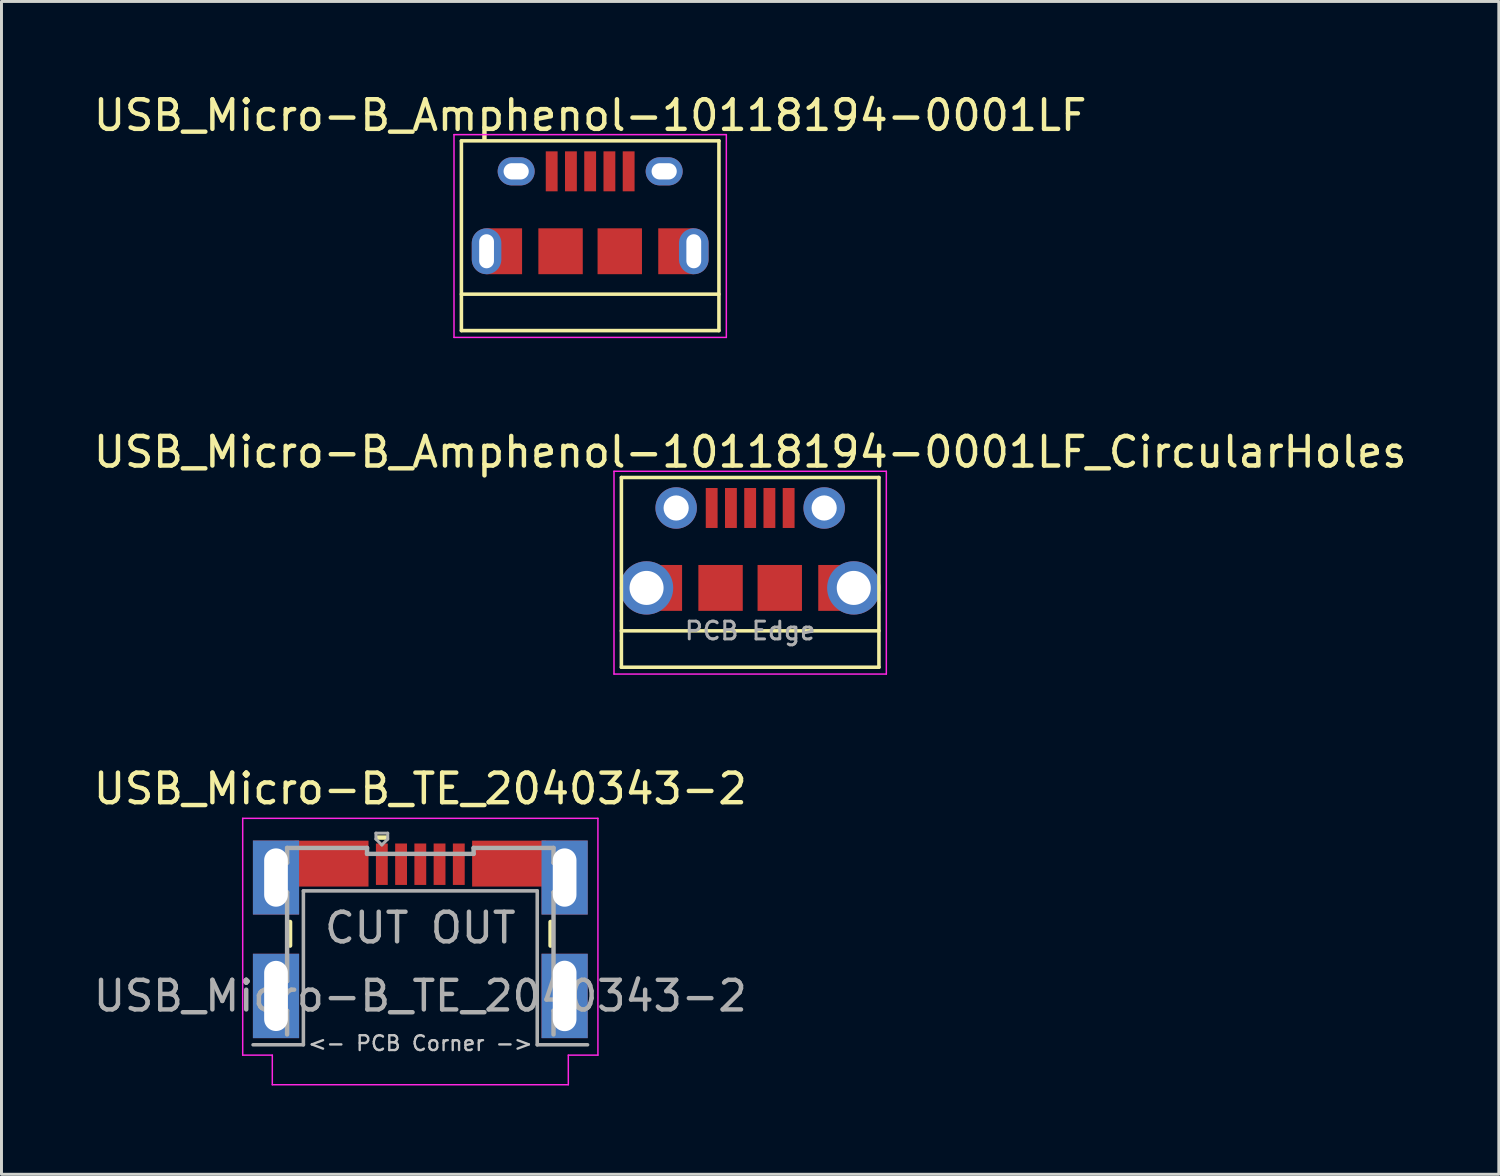
<source format=kicad_pcb>
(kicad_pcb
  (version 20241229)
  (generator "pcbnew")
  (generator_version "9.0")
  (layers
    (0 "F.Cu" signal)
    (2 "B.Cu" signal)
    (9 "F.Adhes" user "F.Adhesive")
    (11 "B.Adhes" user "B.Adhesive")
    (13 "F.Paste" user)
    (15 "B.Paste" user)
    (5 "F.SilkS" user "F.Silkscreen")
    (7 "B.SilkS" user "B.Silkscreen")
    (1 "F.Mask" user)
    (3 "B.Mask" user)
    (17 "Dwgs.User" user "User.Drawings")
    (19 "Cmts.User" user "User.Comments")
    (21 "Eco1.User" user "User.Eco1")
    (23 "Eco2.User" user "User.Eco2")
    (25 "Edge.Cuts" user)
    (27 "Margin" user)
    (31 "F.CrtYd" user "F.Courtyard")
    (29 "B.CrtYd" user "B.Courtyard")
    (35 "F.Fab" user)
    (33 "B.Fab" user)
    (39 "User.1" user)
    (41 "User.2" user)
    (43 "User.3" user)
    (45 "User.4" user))
  (footprint "USB_Micro-B_TE_2040343-2"
    (layer "F.Cu")
    (at 11.149 30.595)
    (property "Reference" "USB_Micro-B_TE_2040343-2" (at 0 -7 0) (layer "F.SilkS") (effects (font (size 1 1) (thickness 0.15))))
    (attr smd)
    (fp_line (start -4.4 -2.5) (end -4.4 -1.7) (stroke (width 0.15) (type solid)) (layer "F.SilkS"))
    (fp_line (start -1.15 -5.35) (end -1.45 -5.35) (stroke (width 0.15) (type solid)) (layer "F.SilkS"))
    (fp_line (start 4.4 -2.5) (end 4.4 -1.7) (stroke (width 0.15) (type solid)) (layer "F.SilkS"))
    (fp_line (start -6 -6) (end 6 -6) (stroke (width 0.05) (type solid)) (layer "F.CrtYd"))
    (fp_line (start -6 2) (end -6 -6) (stroke (width 0.05) (type solid)) (layer "F.CrtYd"))
    (fp_line (start -5 2) (end -6 2) (stroke (width 0.05) (type solid)) (layer "F.CrtYd"))
    (fp_line (start -5 3) (end -5 2) (stroke (width 0.05) (type solid)) (layer "F.CrtYd"))
    (fp_line (start 5 2) (end 6 2) (stroke (width 0.05) (type solid)) (layer "F.CrtYd"))
    (fp_line (start 5 3) (end -5 3) (stroke (width 0.05) (type solid)) (layer "F.CrtYd"))
    (fp_line (start 5 3) (end 5 2) (stroke (width 0.05) (type solid)) (layer "F.CrtYd"))
    (fp_line (start 6 -6) (end 6 2) (stroke (width 0.05) (type solid)) (layer "F.CrtYd"))
    (fp_line (start -5 -4.5) (end -4.5 -4.5) (stroke (width 0.15) (type solid)) (layer "F.Fab"))
    (fp_line (start -5 -3.5) (end -5 -4.5) (stroke (width 0.15) (type solid)) (layer "F.Fab"))
    (fp_line (start -5 -3.5) (end -4.5 -3.5) (stroke (width 0.15) (type solid)) (layer "F.Fab"))
    (fp_line (start -5 -0.5) (end -5 0.5) (stroke (width 0.15) (type solid)) (layer "F.Fab"))
    (fp_line (start -5 0.5) (end -4.5 0.5) (stroke (width 0.15) (type solid)) (layer "F.Fab"))
    (fp_line (start -4.5 -5) (end -1.8 -5) (stroke (width 0.15) (type solid)) (layer "F.Fab"))
    (fp_line (start -4.5 -4.5) (end -4.5 -5) (stroke (width 0.15) (type solid)) (layer "F.Fab"))
    (fp_line (start -4.5 -3.5) (end -4.5 -0.5) (stroke (width 0.15) (type solid)) (layer "F.Fab"))
    (fp_line (start -4.5 -0.5) (end -5 -0.5) (stroke (width 0.15) (type solid)) (layer "F.Fab"))
    (fp_line (start -4.5 0.5) (end -4.5 1.3) (stroke (width 0.15) (type solid)) (layer "F.Fab"))
    (fp_line (start -3.95 -3.55) (end 3.95 -3.55) (stroke (width 0.12) (type solid)) (layer "F.Fab"))
    (fp_line (start -3.95 1.65) (end -5.65 1.65) (stroke (width 0.12) (type solid)) (layer "F.Fab"))
    (fp_line (start -3.95 1.65) (end -3.95 -3.55) (stroke (width 0.12) (type solid)) (layer "F.Fab"))
    (fp_line (start -1.8 -5) (end -1.8 -4.8) (stroke (width 0.15) (type solid)) (layer "F.Fab"))
    (fp_line (start -1.8 -4.8) (end 1.8 -4.8) (stroke (width 0.15) (type solid)) (layer "F.Fab"))
    (fp_line (start -1.5 -5.5) (end -1.5 -5.3) (stroke (width 0.1) (type solid)) (layer "F.Fab"))
    (fp_line (start -1.5 -5.3) (end -1.3 -5.1) (stroke (width 0.1) (type solid)) (layer "F.Fab"))
    (fp_line (start -1.3 -5.1) (end -1.1 -5.3) (stroke (width 0.1) (type solid)) (layer "F.Fab"))
    (fp_line (start -1.1 -5.5) (end -1.5 -5.5) (stroke (width 0.1) (type solid)) (layer "F.Fab"))
    (fp_line (start -1.1 -5.3) (end -1.1 -5.5) (stroke (width 0.1) (type solid)) (layer "F.Fab"))
    (fp_line (start 1.8 -5) (end 4.5 -5) (stroke (width 0.15) (type solid)) (layer "F.Fab"))
    (fp_line (start 1.8 -4.8) (end 1.8 -5) (stroke (width 0.15) (type solid)) (layer "F.Fab"))
    (fp_line (start 3.95 1.65) (end 3.95 -3.55) (stroke (width 0.12) (type solid)) (layer "F.Fab"))
    (fp_line (start 3.95 1.65) (end 5.65 1.65) (stroke (width 0.12) (type solid)) (layer "F.Fab"))
    (fp_line (start 4.5 -5) (end 4.5 -4.5) (stroke (width 0.15) (type solid)) (layer "F.Fab"))
    (fp_line (start 4.5 -4.5) (end 5 -4.5) (stroke (width 0.15) (type solid)) (layer "F.Fab"))
    (fp_line (start 4.5 -3.5) (end 4.5 -0.5) (stroke (width 0.15) (type solid)) (layer "F.Fab"))
    (fp_line (start 4.5 -0.5) (end 5 -0.5) (stroke (width 0.15) (type solid)) (layer "F.Fab"))
    (fp_line (start 4.5 0.5) (end 4.5 1.3) (stroke (width 0.15) (type solid)) (layer "F.Fab"))
    (fp_line (start 5 -4.5) (end 5 -3.5) (stroke (width 0.15) (type solid)) (layer "F.Fab"))
    (fp_line (start 5 -3.5) (end 4.5 -3.5) (stroke (width 0.15) (type solid)) (layer "F.Fab"))
    (fp_line (start 5 -0.5) (end 5 0.5) (stroke (width 0.15) (type solid)) (layer "F.Fab"))
    (fp_line (start 5 0.5) (end 4.5 0.5) (stroke (width 0.15) (type solid)) (layer "F.Fab"))
    (fp_text user "<- PCB Corner ->" (at 0 1.6 0) (layer "Dwgs.User") (effects (font (size 0.5 0.5) (thickness 0.08))))
    (fp_text user "CUT OUT" (at 0 -2.3 0) (layer "F.Fab") (effects (font (size 1 1) (thickness 0.15))))
    (fp_text user "${REFERENCE}" (at 0 0 0) (layer "F.Fab") (effects (font (size 1 1) (thickness 0.15))))
    (pad "1" smd rect (at -1.3 -4.45 90) (size 1.4 0.4) (layers "F.Cu" "F.Mask" "F.Paste"))
    (pad "2" smd rect (at -0.65 -4.45 90) (size 1.4 0.4) (layers "F.Cu" "F.Mask" "F.Paste"))
    (pad "3" smd rect (at 0 -4.45 90) (size 1.4 0.4) (layers "F.Cu" "F.Mask" "F.Paste"))
    (pad "4" smd rect (at 0.65 -4.45 90) (size 1.4 0.4) (layers "F.Cu" "F.Mask" "F.Paste"))
    (pad "5" smd rect (at 1.3 -4.45 90) (size 1.4 0.4) (layers "F.Cu" "F.Mask" "F.Paste"))
    (pad "6" thru_hole rect (at -4.875 -4 90) (size 2.5 1.56) (drill oval 1.97 0.8) (layers "*.Cu" "*.Mask"))
    (pad "6" thru_hole rect (at -4.875 0 90) (size 2.85 1.56) (drill oval 2.37 0.8) (layers "*.Cu" "*.Mask"))
    (pad "6" smd rect (at -3 -4.47 90) (size 1.55 2.5) (layers "F.Cu" "F.Mask" "F.Paste"))
    (pad "6" smd rect (at 3 -4.47 90) (size 1.55 2.5) (layers "F.Cu" "F.Mask" "F.Paste"))
    (pad "6" thru_hole rect (at 4.875 -4 90) (size 2.5 1.56) (drill oval 1.97 0.8) (layers "*.Cu" "*.Mask"))
    (pad "6" thru_hole rect (at 4.875 0 90) (size 2.85 1.56) (drill oval 2.38 0.8) (layers "*.Cu" "*.Mask")))
  (footprint "USB_Micro-B_Amphenol-10118194-0001LF_CircularHoles"
    (layer "F.Cu")
    (at 22.292 15.461)
    (property "Reference" "USB_Micro-B_Amphenol-10118194-0001LF_CircularHoles" (at 0 -3.24 0) (layer "F.SilkS") (effects (font (size 1 1) (thickness 0.15))))
    (attr smd)
    (fp_line (start -4.35 -2.38) (end 4.35 -2.38) (stroke (width 0.12) (type solid)) (layer "F.SilkS"))
    (fp_line (start -4.35 4.03) (end -4.35 -2.38) (stroke (width 0.12) (type solid)) (layer "F.SilkS"))
    (fp_line (start -4.35 4.03) (end 4.35 4.03) (stroke (width 0.12) (type solid)) (layer "F.SilkS"))
    (fp_line (start 4.35 -2.38) (end 4.35 4.03) (stroke (width 0.12) (type solid)) (layer "F.SilkS"))
    (fp_line (start 4.35 2.8) (end -4.35 2.8) (stroke (width 0.12) (type solid)) (layer "F.SilkS"))
    (fp_line (start -4.6 -2.59) (end 4.6 -2.59) (stroke (width 0.05) (type solid)) (layer "F.CrtYd"))
    (fp_line (start -4.6 4.26) (end -4.6 -2.59) (stroke (width 0.05) (type solid)) (layer "F.CrtYd"))
    (fp_line (start 4.6 -2.59) (end 4.6 4.26) (stroke (width 0.05) (type solid)) (layer "F.CrtYd"))
    (fp_line (start 4.6 4.26) (end -4.6 4.26) (stroke (width 0.05) (type solid)) (layer "F.CrtYd"))
    (fp_line (start -3.6 0.95) (end -3.6 1.75) (stroke (width 0.1) (type solid)) (layer "F.Fab"))
    (fp_line (start -3.6 1.75) (end -3.4 1.75) (stroke (width 0.1) (type solid)) (layer "F.Fab"))
    (fp_line (start -3.4 0.95) (end -3.6 0.95) (stroke (width 0.1) (type solid)) (layer "F.Fab"))
    (fp_line (start -3.4 1.75) (end -3.4 0.95) (stroke (width 0.1) (type solid)) (layer "F.Fab"))
    (fp_line (start -2.75 -1.45) (end -2.75 -1.25) (stroke (width 0.1) (type solid)) (layer "F.Fab"))
    (fp_line (start -2.75 -1.25) (end -2.25 -1.25) (stroke (width 0.1) (type solid)) (layer "F.Fab"))
    (fp_line (start -2.25 -1.45) (end -2.75 -1.45) (stroke (width 0.1) (type solid)) (layer "F.Fab"))
    (fp_line (start -2.25 -1.25) (end -2.25 -1.45) (stroke (width 0.1) (type solid)) (layer "F.Fab"))
    (fp_line (start 2.25 -1.45) (end 2.75 -1.45) (stroke (width 0.1) (type solid)) (layer "F.Fab"))
    (fp_line (start 2.25 -1.25) (end 2.25 -1.45) (stroke (width 0.1) (type solid)) (layer "F.Fab"))
    (fp_line (start 2.75 -1.45) (end 2.75 -1.25) (stroke (width 0.1) (type solid)) (layer "F.Fab"))
    (fp_line (start 2.75 -1.25) (end 2.25 -1.25) (stroke (width 0.1) (type solid)) (layer "F.Fab"))
    (fp_line (start 3.4 0.95) (end 3.6 0.95) (stroke (width 0.1) (type solid)) (layer "F.Fab"))
    (fp_line (start 3.4 1.75) (end 3.4 0.95) (stroke (width 0.1) (type solid)) (layer "F.Fab"))
    (fp_line (start 3.6 0.95) (end 3.6 1.75) (stroke (width 0.1) (type solid)) (layer "F.Fab"))
    (fp_line (start 3.6 1.75) (end 3.4 1.75) (stroke (width 0.1) (type solid)) (layer "F.Fab"))
    (fp_text user "PCB Edge" (at 0 2.8 0) (layer "F.Fab") (effects (font (size 0.6 0.6) (thickness 0.1))))
    (pad "1" smd rect (at -1.3 -1.35 90) (size 1.35 0.4) (layers "F.Cu" "F.Mask" "F.Paste"))
    (pad "2" smd rect (at -0.65 -1.35 90) (size 1.35 0.4) (layers "F.Cu" "F.Mask" "F.Paste"))
    (pad "3" smd rect (at 0 -1.35 90) (size 1.35 0.4) (layers "F.Cu" "F.Mask" "F.Paste"))
    (pad "4" smd rect (at 0.65 -1.35 90) (size 1.35 0.4) (layers "F.Cu" "F.Mask" "F.Paste"))
    (pad "5" smd rect (at 1.3 -1.35 90) (size 1.35 0.4) (layers "F.Cu" "F.Mask" "F.Paste"))
    (pad "6" thru_hole circle (at -3.5 1.35 90) (size 1.8 1.8) (drill 1.15) (layers "*.Cu" "*.Mask"))
    (pad "6" smd rect (at -2.9 1.35) (size 1.2 1.55) (layers "F.Cu" "F.Mask" "F.Paste"))
    (pad "6" thru_hole circle (at -2.5 -1.35 90) (size 1.4 1.4) (drill 0.85) (layers "*.Cu" "*.Mask"))
    (pad "6" smd rect (at -1 1.35) (size 1.5 1.55) (layers "F.Cu" "F.Mask" "F.Paste"))
    (pad "6" smd rect (at 1 1.35) (size 1.5 1.55) (layers "F.Cu" "F.Mask" "F.Paste"))
    (pad "6" thru_hole circle (at 2.5 -1.35 90) (size 1.4 1.4) (drill 0.85) (layers "*.Cu" "*.Mask"))
    (pad "6" smd rect (at 2.9 1.35) (size 1.2 1.55) (layers "F.Cu" "F.Mask" "F.Paste"))
    (pad "6" thru_hole circle (at 3.5 1.35 90) (size 1.8 1.8) (drill 1.15) (layers "*.Cu" "*.Mask")))
  (footprint "USB_Micro-B_Amphenol-10118194-0001LF"
    (layer "F.Cu")
    (at 16.887 4.088)
    (property "Reference" "USB_Micro-B_Amphenol-10118194-0001LF" (at 0 -3.24 0) (layer "F.SilkS") (effects (font (size 1 1) (thickness 0.15))))
    (attr smd)
    (fp_line (start -4.35 -2.38) (end 4.35 -2.38) (stroke (width 0.12) (type solid)) (layer "F.SilkS"))
    (fp_line (start -4.35 4.03) (end -4.35 -2.38) (stroke (width 0.12) (type solid)) (layer "F.SilkS"))
    (fp_line (start -4.35 4.03) (end 4.35 4.03) (stroke (width 0.12) (type solid)) (layer "F.SilkS"))
    (fp_line (start 4.35 -2.38) (end 4.35 4.03) (stroke (width 0.12) (type solid)) (layer "F.SilkS"))
    (fp_line (start 4.35 2.8) (end -4.35 2.8) (stroke (width 0.12) (type solid)) (layer "F.SilkS"))
    (fp_line (start -4.6 -2.59) (end 4.6 -2.59) (stroke (width 0.05) (type solid)) (layer "F.CrtYd"))
    (fp_line (start -4.6 4.26) (end -4.6 -2.59) (stroke (width 0.05) (type solid)) (layer "F.CrtYd"))
    (fp_line (start 4.6 -2.59) (end 4.6 4.26) (stroke (width 0.05) (type solid)) (layer "F.CrtYd"))
    (fp_line (start 4.6 4.26) (end -4.6 4.26) (stroke (width 0.05) (type solid)) (layer "F.CrtYd"))
    (fp_line (start -3.6 0.95) (end -3.6 1.75) (stroke (width 0.1) (type solid)) (layer "F.Fab"))
    (fp_line (start -3.6 1.75) (end -3.4 1.75) (stroke (width 0.1) (type solid)) (layer "F.Fab"))
    (fp_line (start -3.4 0.95) (end -3.6 0.95) (stroke (width 0.1) (type solid)) (layer "F.Fab"))
    (fp_line (start -3.4 1.75) (end -3.4 0.95) (stroke (width 0.1) (type solid)) (layer "F.Fab"))
    (fp_line (start -2.75 -1.45) (end -2.75 -1.25) (stroke (width 0.1) (type solid)) (layer "F.Fab"))
    (fp_line (start -2.75 -1.25) (end -2.25 -1.25) (stroke (width 0.1) (type solid)) (layer "F.Fab"))
    (fp_line (start -2.25 -1.45) (end -2.75 -1.45) (stroke (width 0.1) (type solid)) (layer "F.Fab"))
    (fp_line (start -2.25 -1.25) (end -2.25 -1.45) (stroke (width 0.1) (type solid)) (layer "F.Fab"))
    (fp_line (start 2.25 -1.45) (end 2.75 -1.45) (stroke (width 0.1) (type solid)) (layer "F.Fab"))
    (fp_line (start 2.25 -1.25) (end 2.25 -1.45) (stroke (width 0.1) (type solid)) (layer "F.Fab"))
    (fp_line (start 2.75 -1.45) (end 2.75 -1.25) (stroke (width 0.1) (type solid)) (layer "F.Fab"))
    (fp_line (start 2.75 -1.25) (end 2.25 -1.25) (stroke (width 0.1) (type solid)) (layer "F.Fab"))
    (fp_line (start 3.4 0.95) (end 3.6 0.95) (stroke (width 0.1) (type solid)) (layer "F.Fab"))
    (fp_line (start 3.4 1.75) (end 3.4 0.95) (stroke (width 0.1) (type solid)) (layer "F.Fab"))
    (fp_line (start 3.6 0.95) (end 3.6 1.75) (stroke (width 0.1) (type solid)) (layer "F.Fab"))
    (fp_line (start 3.6 1.75) (end 3.4 1.75) (stroke (width 0.1) (type solid)) (layer "F.Fab"))
    (pad "1" smd rect (at -1.3 -1.35 90) (size 1.35 0.4) (layers "F.Cu" "F.Mask" "F.Paste"))
    (pad "2" smd rect (at -0.65 -1.35 90) (size 1.35 0.4) (layers "F.Cu" "F.Mask" "F.Paste"))
    (pad "3" smd rect (at 0 -1.35 90) (size 1.35 0.4) (layers "F.Cu" "F.Mask" "F.Paste"))
    (pad "4" smd rect (at 0.65 -1.35 90) (size 1.35 0.4) (layers "F.Cu" "F.Mask" "F.Paste"))
    (pad "5" smd rect (at 1.3 -1.35 90) (size 1.35 0.4) (layers "F.Cu" "F.Mask" "F.Paste"))
    (pad "6" thru_hole oval (at -3.5 1.35 90) (size 1.55 1) (drill oval 1.15 0.5) (layers "*.Cu" "*.Mask"))
    (pad "6" smd rect (at -2.9 1.35) (size 1.2 1.55) (layers "F.Cu" "F.Mask" "F.Paste"))
    (pad "6" thru_hole oval (at -2.5 -1.35 90) (size 0.95 1.25) (drill oval 0.55 0.85) (layers "*.Cu" "*.Mask"))
    (pad "6" smd rect (at -1 1.35) (size 1.5 1.55) (layers "F.Cu" "F.Mask" "F.Paste"))
    (pad "6" smd rect (at 1 1.35) (size 1.5 1.55) (layers "F.Cu" "F.Mask" "F.Paste"))
    (pad "6" thru_hole oval (at 2.5 -1.35 90) (size 0.95 1.25) (drill oval 0.55 0.85) (layers "*.Cu" "*.Mask"))
    (pad "6" smd rect (at 2.9 1.35) (size 1.2 1.55) (layers "F.Cu" "F.Mask" "F.Paste"))
    (pad "6" thru_hole oval (at 3.5 1.35 90) (size 1.55 1) (drill oval 1.15 0.5) (layers "*.Cu" "*.Mask")))
  (gr_rect
    (start -3 -3)
    (end 47.583 36.62)
    (stroke (width 0.1) (type default))
    (fill no)
    (layer "Edge.Cuts")))
</source>
